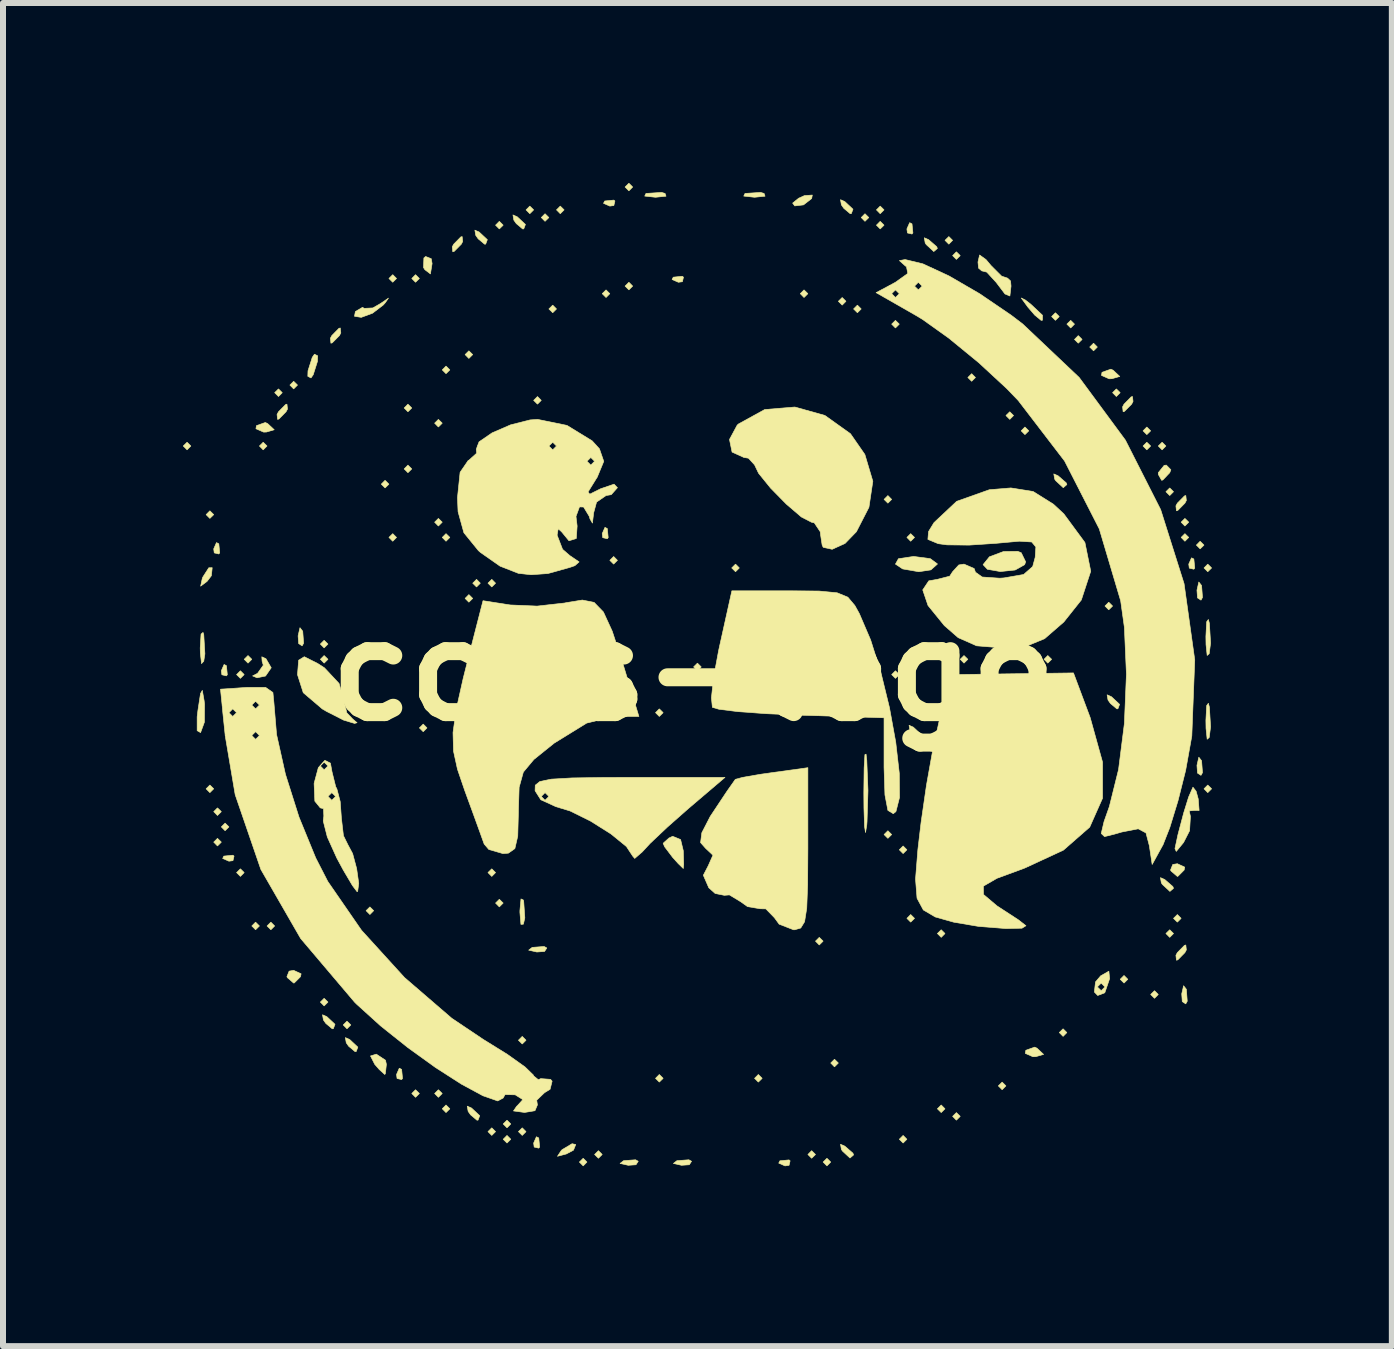
<source format=kicad_pcb>
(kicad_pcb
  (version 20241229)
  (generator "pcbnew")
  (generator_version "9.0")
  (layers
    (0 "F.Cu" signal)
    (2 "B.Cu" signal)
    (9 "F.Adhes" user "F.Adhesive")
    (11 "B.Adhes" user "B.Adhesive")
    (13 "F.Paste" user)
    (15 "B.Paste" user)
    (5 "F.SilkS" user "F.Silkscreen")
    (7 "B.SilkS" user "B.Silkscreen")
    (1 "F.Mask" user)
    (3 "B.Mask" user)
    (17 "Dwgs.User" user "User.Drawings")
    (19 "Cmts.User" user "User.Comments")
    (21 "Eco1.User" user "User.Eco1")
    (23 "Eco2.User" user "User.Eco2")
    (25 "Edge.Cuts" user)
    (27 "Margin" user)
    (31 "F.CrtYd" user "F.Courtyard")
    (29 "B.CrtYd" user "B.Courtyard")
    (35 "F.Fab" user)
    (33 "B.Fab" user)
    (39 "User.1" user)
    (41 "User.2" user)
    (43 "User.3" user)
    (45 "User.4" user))
  (footprint "cchs-logo"
    (layer "F.Cu")
    (at 8.514 8.133)
    (property "Reference" "cchs-logo" (at 0 0 0) (layer "F.SilkS") (effects (font (size 1.524 1.524) (thickness 0.3))))
    (attr through_hole)
    (fp_poly (pts (xy -8.382 -3.747) (xy -8.445 -3.683) (xy -8.509 -3.747) (xy -8.445 -3.81) (xy -8.382 -3.747)) (stroke (width 0.01) (type solid)) (fill yes) (layer "F.SilkS"))
    (fp_poly (pts (xy -8.001 -2.603) (xy -8.065 -2.54) (xy -8.128 -2.603) (xy -8.065 -2.667) (xy -8.001 -2.603)) (stroke (width 0.01) (type solid)) (fill yes) (layer "F.SilkS"))
    (fp_poly (pts (xy -8.001 1.968) (xy -8.065 2.032) (xy -8.128 1.968) (xy -8.065 1.905) (xy -8.001 1.968)) (stroke (width 0.01) (type solid)) (fill yes) (layer "F.SilkS"))
    (fp_poly (pts (xy -7.874 2.349) (xy -7.938 2.413) (xy -8.001 2.349) (xy -7.938 2.286) (xy -7.874 2.349)) (stroke (width 0.01) (type solid)) (fill yes) (layer "F.SilkS"))
    (fp_poly (pts (xy -7.874 2.857) (xy -7.938 2.921) (xy -8.001 2.857) (xy -7.938 2.794) (xy -7.874 2.857)) (stroke (width 0.01) (type solid)) (fill yes) (layer "F.SilkS"))
    (fp_poly (pts (xy -7.747 2.603) (xy -7.811 2.667) (xy -7.874 2.603) (xy -7.811 2.54) (xy -7.747 2.603)) (stroke (width 0.01) (type solid)) (fill yes) (layer "F.SilkS"))
    (fp_poly (pts (xy -7.493 0.064) (xy -7.556 0.127) (xy -7.62 0.064) (xy -7.556 0) (xy -7.493 0.064)) (stroke (width 0.01) (type solid)) (fill yes) (layer "F.SilkS"))
    (fp_poly (pts (xy -7.493 3.365) (xy -7.556 3.429) (xy -7.62 3.365) (xy -7.556 3.302) (xy -7.493 3.365)) (stroke (width 0.01) (type solid)) (fill yes) (layer "F.SilkS"))
    (fp_poly (pts (xy -7.366 -0.191) (xy -7.429 -0.127) (xy -7.493 -0.191) (xy -7.429 -0.254) (xy -7.366 -0.191)) (stroke (width 0.01) (type solid)) (fill yes) (layer "F.SilkS"))
    (fp_poly (pts (xy -7.239 4.255) (xy -7.303 4.318) (xy -7.366 4.255) (xy -7.303 4.191) (xy -7.239 4.255)) (stroke (width 0.01) (type solid)) (fill yes) (layer "F.SilkS"))
    (fp_poly (pts (xy -7.112 -3.747) (xy -7.176 -3.683) (xy -7.239 -3.747) (xy -7.176 -3.81) (xy -7.112 -3.747)) (stroke (width 0.01) (type solid)) (fill yes) (layer "F.SilkS"))
    (fp_poly (pts (xy -6.985 4.255) (xy -7.048 4.318) (xy -7.112 4.255) (xy -7.048 4.191) (xy -6.985 4.255)) (stroke (width 0.01) (type solid)) (fill yes) (layer "F.SilkS"))
    (fp_poly (pts (xy -6.858 -4.636) (xy -6.921 -4.572) (xy -6.985 -4.636) (xy -6.921 -4.699) (xy -6.858 -4.636)) (stroke (width 0.01) (type solid)) (fill yes) (layer "F.SilkS"))
    (fp_poly (pts (xy -6.604 -4.763) (xy -6.668 -4.699) (xy -6.731 -4.763) (xy -6.668 -4.826) (xy -6.604 -4.763)) (stroke (width 0.01) (type solid)) (fill yes) (layer "F.SilkS"))
    (fp_poly (pts (xy -6.096 -0.445) (xy -6.16 -0.381) (xy -6.223 -0.445) (xy -6.16 -0.508) (xy -6.096 -0.445)) (stroke (width 0.01) (type solid)) (fill yes) (layer "F.SilkS"))
    (fp_poly (pts (xy -6.096 -0.191) (xy -6.16 -0.127) (xy -6.223 -0.191) (xy -6.16 -0.254) (xy -6.096 -0.191)) (stroke (width 0.01) (type solid)) (fill yes) (layer "F.SilkS"))
    (fp_poly (pts (xy -6.096 5.524) (xy -6.16 5.588) (xy -6.223 5.524) (xy -6.16 5.461) (xy -6.096 5.524)) (stroke (width 0.01) (type solid)) (fill yes) (layer "F.SilkS"))
    (fp_poly (pts (xy -5.715 5.905) (xy -5.779 5.969) (xy -5.842 5.905) (xy -5.779 5.842) (xy -5.715 5.905)) (stroke (width 0.01) (type solid)) (fill yes) (layer "F.SilkS"))
    (fp_poly (pts (xy -5.334 4) (xy -5.397 4.064) (xy -5.461 4) (xy -5.397 3.937) (xy -5.334 4)) (stroke (width 0.01) (type solid)) (fill yes) (layer "F.SilkS"))
    (fp_poly (pts (xy -5.08 -3.111) (xy -5.144 -3.048) (xy -5.207 -3.111) (xy -5.144 -3.175) (xy -5.08 -3.111)) (stroke (width 0.01) (type solid)) (fill yes) (layer "F.SilkS"))
    (fp_poly (pts (xy -4.953 -6.54) (xy -5.016 -6.477) (xy -5.08 -6.54) (xy -5.016 -6.604) (xy -4.953 -6.54)) (stroke (width 0.01) (type solid)) (fill yes) (layer "F.SilkS"))
    (fp_poly (pts (xy -4.953 -2.223) (xy -5.016 -2.159) (xy -5.08 -2.223) (xy -5.016 -2.286) (xy -4.953 -2.223)) (stroke (width 0.01) (type solid)) (fill yes) (layer "F.SilkS"))
    (fp_poly (pts (xy -4.699 -4.381) (xy -4.763 -4.318) (xy -4.826 -4.381) (xy -4.763 -4.445) (xy -4.699 -4.381)) (stroke (width 0.01) (type solid)) (fill yes) (layer "F.SilkS"))
    (fp_poly (pts (xy -4.699 -3.365) (xy -4.763 -3.302) (xy -4.826 -3.365) (xy -4.763 -3.429) (xy -4.699 -3.365)) (stroke (width 0.01) (type solid)) (fill yes) (layer "F.SilkS"))
    (fp_poly (pts (xy -4.572 -6.54) (xy -4.636 -6.477) (xy -4.699 -6.54) (xy -4.636 -6.604) (xy -4.572 -6.54)) (stroke (width 0.01) (type solid)) (fill yes) (layer "F.SilkS"))
    (fp_poly (pts (xy -4.572 7.048) (xy -4.636 7.112) (xy -4.699 7.048) (xy -4.636 6.985) (xy -4.572 7.048)) (stroke (width 0.01) (type solid)) (fill yes) (layer "F.SilkS"))
    (fp_poly (pts (xy -4.445 0.953) (xy -4.508 1.016) (xy -4.572 0.953) (xy -4.508 0.889) (xy -4.445 0.953)) (stroke (width 0.01) (type solid)) (fill yes) (layer "F.SilkS"))
    (fp_poly (pts (xy -4.191 -4.128) (xy -4.255 -4.064) (xy -4.318 -4.128) (xy -4.255 -4.191) (xy -4.191 -4.128)) (stroke (width 0.01) (type solid)) (fill yes) (layer "F.SilkS"))
    (fp_poly (pts (xy -4.191 -2.477) (xy -4.255 -2.413) (xy -4.318 -2.477) (xy -4.255 -2.54) (xy -4.191 -2.477)) (stroke (width 0.01) (type solid)) (fill yes) (layer "F.SilkS"))
    (fp_poly (pts (xy -4.191 7.048) (xy -4.255 7.112) (xy -4.318 7.048) (xy -4.255 6.985) (xy -4.191 7.048)) (stroke (width 0.01) (type solid)) (fill yes) (layer "F.SilkS"))
    (fp_poly (pts (xy -4.064 -5.016) (xy -4.128 -4.953) (xy -4.191 -5.016) (xy -4.128 -5.08) (xy -4.064 -5.016)) (stroke (width 0.01) (type solid)) (fill yes) (layer "F.SilkS"))
    (fp_poly (pts (xy -4.064 -2.223) (xy -4.128 -2.159) (xy -4.191 -2.223) (xy -4.128 -2.286) (xy -4.064 -2.223)) (stroke (width 0.01) (type solid)) (fill yes) (layer "F.SilkS"))
    (fp_poly (pts (xy -4.064 7.303) (xy -4.128 7.366) (xy -4.191 7.303) (xy -4.128 7.239) (xy -4.064 7.303)) (stroke (width 0.01) (type solid)) (fill yes) (layer "F.SilkS"))
    (fp_poly (pts (xy -3.683 -5.271) (xy -3.747 -5.207) (xy -3.81 -5.271) (xy -3.747 -5.334) (xy -3.683 -5.271)) (stroke (width 0.01) (type solid)) (fill yes) (layer "F.SilkS"))
    (fp_poly (pts (xy -3.683 -1.206) (xy -3.747 -1.143) (xy -3.81 -1.206) (xy -3.747 -1.27) (xy -3.683 -1.206)) (stroke (width 0.01) (type solid)) (fill yes) (layer "F.SilkS"))
    (fp_poly (pts (xy -3.556 -1.46) (xy -3.619 -1.397) (xy -3.683 -1.46) (xy -3.619 -1.524) (xy -3.556 -1.46)) (stroke (width 0.01) (type solid)) (fill yes) (layer "F.SilkS"))
    (fp_poly (pts (xy -3.302 -1.46) (xy -3.365 -1.397) (xy -3.429 -1.46) (xy -3.365 -1.524) (xy -3.302 -1.46)) (stroke (width 0.01) (type solid)) (fill yes) (layer "F.SilkS"))
    (fp_poly (pts (xy -3.302 3.365) (xy -3.365 3.429) (xy -3.429 3.365) (xy -3.365 3.302) (xy -3.302 3.365)) (stroke (width 0.01) (type solid)) (fill yes) (layer "F.SilkS"))
    (fp_poly (pts (xy -3.302 7.684) (xy -3.365 7.747) (xy -3.429 7.684) (xy -3.365 7.62) (xy -3.302 7.684)) (stroke (width 0.01) (type solid)) (fill yes) (layer "F.SilkS"))
    (fp_poly (pts (xy -3.175 -7.429) (xy -3.239 -7.366) (xy -3.302 -7.429) (xy -3.239 -7.493) (xy -3.175 -7.429)) (stroke (width 0.01) (type solid)) (fill yes) (layer "F.SilkS"))
    (fp_poly (pts (xy -3.175 3.873) (xy -3.239 3.937) (xy -3.302 3.873) (xy -3.239 3.81) (xy -3.175 3.873)) (stroke (width 0.01) (type solid)) (fill yes) (layer "F.SilkS"))
    (fp_poly (pts (xy -3.048 7.556) (xy -3.111 7.62) (xy -3.175 7.556) (xy -3.111 7.493) (xy -3.048 7.556)) (stroke (width 0.01) (type solid)) (fill yes) (layer "F.SilkS"))
    (fp_poly (pts (xy -3.048 7.811) (xy -3.111 7.874) (xy -3.175 7.811) (xy -3.111 7.747) (xy -3.048 7.811)) (stroke (width 0.01) (type solid)) (fill yes) (layer "F.SilkS"))
    (fp_poly (pts (xy -2.794 6.16) (xy -2.857 6.223) (xy -2.921 6.16) (xy -2.857 6.096) (xy -2.794 6.16)) (stroke (width 0.01) (type solid)) (fill yes) (layer "F.SilkS"))
    (fp_poly (pts (xy -2.794 7.684) (xy -2.857 7.747) (xy -2.921 7.684) (xy -2.857 7.62) (xy -2.794 7.684)) (stroke (width 0.01) (type solid)) (fill yes) (layer "F.SilkS"))
    (fp_poly (pts (xy -2.667 -7.684) (xy -2.731 -7.62) (xy -2.794 -7.684) (xy -2.731 -7.747) (xy -2.667 -7.684)) (stroke (width 0.01) (type solid)) (fill yes) (layer "F.SilkS"))
    (fp_poly (pts (xy -2.54 -4.508) (xy -2.603 -4.445) (xy -2.667 -4.508) (xy -2.603 -4.572) (xy -2.54 -4.508)) (stroke (width 0.01) (type solid)) (fill yes) (layer "F.SilkS"))
    (fp_poly (pts (xy -2.413 -7.556) (xy -2.477 -7.493) (xy -2.54 -7.556) (xy -2.477 -7.62) (xy -2.413 -7.556)) (stroke (width 0.01) (type solid)) (fill yes) (layer "F.SilkS"))
    (fp_poly (pts (xy -2.286 -6.032) (xy -2.349 -5.969) (xy -2.413 -6.032) (xy -2.349 -6.096) (xy -2.286 -6.032)) (stroke (width 0.01) (type solid)) (fill yes) (layer "F.SilkS"))
    (fp_poly (pts (xy -2.159 -7.684) (xy -2.223 -7.62) (xy -2.286 -7.684) (xy -2.223 -7.747) (xy -2.159 -7.684)) (stroke (width 0.01) (type solid)) (fill yes) (layer "F.SilkS"))
    (fp_poly (pts (xy -1.778 8.191) (xy -1.841 8.255) (xy -1.905 8.191) (xy -1.841 8.128) (xy -1.778 8.191)) (stroke (width 0.01) (type solid)) (fill yes) (layer "F.SilkS"))
    (fp_poly (pts (xy -1.524 8.065) (xy -1.587 8.128) (xy -1.651 8.065) (xy -1.587 8.001) (xy -1.524 8.065)) (stroke (width 0.01) (type solid)) (fill yes) (layer "F.SilkS"))
    (fp_poly (pts (xy -1.397 -6.287) (xy -1.46 -6.223) (xy -1.524 -6.287) (xy -1.46 -6.35) (xy -1.397 -6.287)) (stroke (width 0.01) (type solid)) (fill yes) (layer "F.SilkS"))
    (fp_poly (pts (xy -1.27 -1.841) (xy -1.333 -1.778) (xy -1.397 -1.841) (xy -1.333 -1.905) (xy -1.27 -1.841)) (stroke (width 0.01) (type solid)) (fill yes) (layer "F.SilkS"))
    (fp_poly (pts (xy -1.016 -8.065) (xy -1.079 -8.001) (xy -1.143 -8.065) (xy -1.079 -8.128) (xy -1.016 -8.065)) (stroke (width 0.01) (type solid)) (fill yes) (layer "F.SilkS"))
    (fp_poly (pts (xy -1.016 -6.413) (xy -1.079 -6.35) (xy -1.143 -6.413) (xy -1.079 -6.477) (xy -1.016 -6.413)) (stroke (width 0.01) (type solid)) (fill yes) (layer "F.SilkS"))
    (fp_poly (pts (xy -0.508 0.699) (xy -0.572 0.762) (xy -0.635 0.699) (xy -0.572 0.635) (xy -0.508 0.699)) (stroke (width 0.01) (type solid)) (fill yes) (layer "F.SilkS"))
    (fp_poly (pts (xy -0.508 6.795) (xy -0.572 6.858) (xy -0.635 6.795) (xy -0.572 6.731) (xy -0.508 6.795)) (stroke (width 0.01) (type solid)) (fill yes) (layer "F.SilkS"))
    (fp_poly (pts (xy 0.127 -0.064) (xy 0.064 0) (xy 0 -0.064) (xy 0.064 -0.127) (xy 0.127 -0.064)) (stroke (width 0.01) (type solid)) (fill yes) (layer "F.SilkS"))
    (fp_poly (pts (xy 0.762 -1.714) (xy 0.699 -1.651) (xy 0.635 -1.714) (xy 0.699 -1.778) (xy 0.762 -1.714)) (stroke (width 0.01) (type solid)) (fill yes) (layer "F.SilkS"))
    (fp_poly (pts (xy 1.143 6.795) (xy 1.079 6.858) (xy 1.016 6.795) (xy 1.079 6.731) (xy 1.143 6.795)) (stroke (width 0.01) (type solid)) (fill yes) (layer "F.SilkS"))
    (fp_poly (pts (xy 1.905 -6.287) (xy 1.841 -6.223) (xy 1.778 -6.287) (xy 1.841 -6.35) (xy 1.905 -6.287)) (stroke (width 0.01) (type solid)) (fill yes) (layer "F.SilkS"))
    (fp_poly (pts (xy 2.032 8.065) (xy 1.968 8.128) (xy 1.905 8.065) (xy 1.968 8.001) (xy 2.032 8.065)) (stroke (width 0.01) (type solid)) (fill yes) (layer "F.SilkS"))
    (fp_poly (pts (xy 2.159 4.508) (xy 2.095 4.572) (xy 2.032 4.508) (xy 2.095 4.445) (xy 2.159 4.508)) (stroke (width 0.01) (type solid)) (fill yes) (layer "F.SilkS"))
    (fp_poly (pts (xy 2.286 8.191) (xy 2.223 8.255) (xy 2.159 8.191) (xy 2.223 8.128) (xy 2.286 8.191)) (stroke (width 0.01) (type solid)) (fill yes) (layer "F.SilkS"))
    (fp_poly (pts (xy 2.413 6.54) (xy 2.349 6.604) (xy 2.286 6.54) (xy 2.349 6.477) (xy 2.413 6.54)) (stroke (width 0.01) (type solid)) (fill yes) (layer "F.SilkS"))
    (fp_poly (pts (xy 2.54 -6.16) (xy 2.477 -6.096) (xy 2.413 -6.16) (xy 2.477 -6.223) (xy 2.54 -6.16)) (stroke (width 0.01) (type solid)) (fill yes) (layer "F.SilkS"))
    (fp_poly (pts (xy 2.794 -6.032) (xy 2.731 -5.969) (xy 2.667 -6.032) (xy 2.731 -6.096) (xy 2.794 -6.032)) (stroke (width 0.01) (type solid)) (fill yes) (layer "F.SilkS"))
    (fp_poly (pts (xy 2.921 -7.556) (xy 2.857 -7.493) (xy 2.794 -7.556) (xy 2.857 -7.62) (xy 2.921 -7.556)) (stroke (width 0.01) (type solid)) (fill yes) (layer "F.SilkS"))
    (fp_poly (pts (xy 3.175 -7.684) (xy 3.111 -7.62) (xy 3.048 -7.684) (xy 3.111 -7.747) (xy 3.175 -7.684)) (stroke (width 0.01) (type solid)) (fill yes) (layer "F.SilkS"))
    (fp_poly (pts (xy 3.175 -7.429) (xy 3.111 -7.366) (xy 3.048 -7.429) (xy 3.111 -7.493) (xy 3.175 -7.429)) (stroke (width 0.01) (type solid)) (fill yes) (layer "F.SilkS"))
    (fp_poly (pts (xy 3.302 -2.857) (xy 3.239 -2.794) (xy 3.175 -2.857) (xy 3.239 -2.921) (xy 3.302 -2.857)) (stroke (width 0.01) (type solid)) (fill yes) (layer "F.SilkS"))
    (fp_poly (pts (xy 3.302 2.731) (xy 3.239 2.794) (xy 3.175 2.731) (xy 3.239 2.667) (xy 3.302 2.731)) (stroke (width 0.01) (type solid)) (fill yes) (layer "F.SilkS"))
    (fp_poly (pts (xy 3.429 -5.779) (xy 3.365 -5.715) (xy 3.302 -5.779) (xy 3.365 -5.842) (xy 3.429 -5.779)) (stroke (width 0.01) (type solid)) (fill yes) (layer "F.SilkS"))
    (fp_poly (pts (xy 3.429 0.064) (xy 3.365 0.127) (xy 3.302 0.064) (xy 3.365 0) (xy 3.429 0.064)) (stroke (width 0.01) (type solid)) (fill yes) (layer "F.SilkS"))
    (fp_poly (pts (xy 3.556 2.985) (xy 3.493 3.048) (xy 3.429 2.985) (xy 3.493 2.921) (xy 3.556 2.985)) (stroke (width 0.01) (type solid)) (fill yes) (layer "F.SilkS"))
    (fp_poly (pts (xy 3.556 7.811) (xy 3.493 7.874) (xy 3.429 7.811) (xy 3.493 7.747) (xy 3.556 7.811)) (stroke (width 0.01) (type solid)) (fill yes) (layer "F.SilkS"))
    (fp_poly (pts (xy 3.683 -2.223) (xy 3.619 -2.159) (xy 3.556 -2.223) (xy 3.619 -2.286) (xy 3.683 -2.223)) (stroke (width 0.01) (type solid)) (fill yes) (layer "F.SilkS"))
    (fp_poly (pts (xy 3.683 4.128) (xy 3.619 4.191) (xy 3.556 4.128) (xy 3.619 4.064) (xy 3.683 4.128)) (stroke (width 0.01) (type solid)) (fill yes) (layer "F.SilkS"))
    (fp_poly (pts (xy 3.937 0.699) (xy 3.873 0.762) (xy 3.81 0.699) (xy 3.873 0.635) (xy 3.937 0.699)) (stroke (width 0.01) (type solid)) (fill yes) (layer "F.SilkS"))
    (fp_poly (pts (xy 4.191 4.381) (xy 4.128 4.445) (xy 4.064 4.381) (xy 4.128 4.318) (xy 4.191 4.381)) (stroke (width 0.01) (type solid)) (fill yes) (layer "F.SilkS"))
    (fp_poly (pts (xy 4.191 7.303) (xy 4.128 7.366) (xy 4.064 7.303) (xy 4.128 7.239) (xy 4.191 7.303)) (stroke (width 0.01) (type solid)) (fill yes) (layer "F.SilkS"))
    (fp_poly (pts (xy 4.318 -7.176) (xy 4.255 -7.112) (xy 4.191 -7.176) (xy 4.255 -7.239) (xy 4.318 -7.176)) (stroke (width 0.01) (type solid)) (fill yes) (layer "F.SilkS"))
    (fp_poly (pts (xy 4.445 -6.921) (xy 4.381 -6.858) (xy 4.318 -6.921) (xy 4.381 -6.985) (xy 4.445 -6.921)) (stroke (width 0.01) (type solid)) (fill yes) (layer "F.SilkS"))
    (fp_poly (pts (xy 4.445 7.429) (xy 4.381 7.493) (xy 4.318 7.429) (xy 4.381 7.366) (xy 4.445 7.429)) (stroke (width 0.01) (type solid)) (fill yes) (layer "F.SilkS"))
    (fp_poly (pts (xy 4.572 -0.191) (xy 4.508 -0.127) (xy 4.445 -0.191) (xy 4.508 -0.254) (xy 4.572 -0.191)) (stroke (width 0.01) (type solid)) (fill yes) (layer "F.SilkS"))
    (fp_poly (pts (xy 4.699 -4.889) (xy 4.636 -4.826) (xy 4.572 -4.889) (xy 4.636 -4.953) (xy 4.699 -4.889)) (stroke (width 0.01) (type solid)) (fill yes) (layer "F.SilkS"))
    (fp_poly (pts (xy 5.207 6.921) (xy 5.144 6.985) (xy 5.08 6.921) (xy 5.144 6.858) (xy 5.207 6.921)) (stroke (width 0.01) (type solid)) (fill yes) (layer "F.SilkS"))
    (fp_poly (pts (xy 5.334 -4.255) (xy 5.271 -4.191) (xy 5.207 -4.255) (xy 5.271 -4.318) (xy 5.334 -4.255)) (stroke (width 0.01) (type solid)) (fill yes) (layer "F.SilkS"))
    (fp_poly (pts (xy 5.588 -4) (xy 5.524 -3.937) (xy 5.461 -4) (xy 5.524 -4.064) (xy 5.588 -4)) (stroke (width 0.01) (type solid)) (fill yes) (layer "F.SilkS"))
    (fp_poly (pts (xy 5.969 -0.191) (xy 5.905 -0.127) (xy 5.842 -0.191) (xy 5.905 -0.254) (xy 5.969 -0.191)) (stroke (width 0.01) (type solid)) (fill yes) (layer "F.SilkS"))
    (fp_poly (pts (xy 6.096 -5.905) (xy 6.032 -5.842) (xy 5.969 -5.905) (xy 6.032 -5.969) (xy 6.096 -5.905)) (stroke (width 0.01) (type solid)) (fill yes) (layer "F.SilkS"))
    (fp_poly (pts (xy 6.223 6.032) (xy 6.16 6.096) (xy 6.096 6.032) (xy 6.16 5.969) (xy 6.223 6.032)) (stroke (width 0.01) (type solid)) (fill yes) (layer "F.SilkS"))
    (fp_poly (pts (xy 6.35 -5.779) (xy 6.287 -5.715) (xy 6.223 -5.779) (xy 6.287 -5.842) (xy 6.35 -5.779)) (stroke (width 0.01) (type solid)) (fill yes) (layer "F.SilkS"))
    (fp_poly (pts (xy 6.477 -5.524) (xy 6.413 -5.461) (xy 6.35 -5.524) (xy 6.413 -5.588) (xy 6.477 -5.524)) (stroke (width 0.01) (type solid)) (fill yes) (layer "F.SilkS"))
    (fp_poly (pts (xy 6.731 -5.397) (xy 6.668 -5.334) (xy 6.604 -5.397) (xy 6.668 -5.461) (xy 6.731 -5.397)) (stroke (width 0.01) (type solid)) (fill yes) (layer "F.SilkS"))
    (fp_poly (pts (xy 6.985 -1.079) (xy 6.921 -1.016) (xy 6.858 -1.079) (xy 6.921 -1.143) (xy 6.985 -1.079)) (stroke (width 0.01) (type solid)) (fill yes) (layer "F.SilkS"))
    (fp_poly (pts (xy 7.112 -4.636) (xy 7.048 -4.572) (xy 6.985 -4.636) (xy 7.048 -4.699) (xy 7.112 -4.636)) (stroke (width 0.01) (type solid)) (fill yes) (layer "F.SilkS"))
    (fp_poly (pts (xy 7.239 5.144) (xy 7.176 5.207) (xy 7.112 5.144) (xy 7.176 5.08) (xy 7.239 5.144)) (stroke (width 0.01) (type solid)) (fill yes) (layer "F.SilkS"))
    (fp_poly (pts (xy 7.62 -4) (xy 7.556 -3.937) (xy 7.493 -4) (xy 7.556 -4.064) (xy 7.62 -4)) (stroke (width 0.01) (type solid)) (fill yes) (layer "F.SilkS"))
    (fp_poly (pts (xy 7.62 -3.747) (xy 7.556 -3.683) (xy 7.493 -3.747) (xy 7.556 -3.81) (xy 7.62 -3.747)) (stroke (width 0.01) (type solid)) (fill yes) (layer "F.SilkS"))
    (fp_poly (pts (xy 7.747 5.397) (xy 7.684 5.461) (xy 7.62 5.397) (xy 7.684 5.334) (xy 7.747 5.397)) (stroke (width 0.01) (type solid)) (fill yes) (layer "F.SilkS"))
    (fp_poly (pts (xy 7.874 -3.747) (xy 7.811 -3.683) (xy 7.747 -3.747) (xy 7.811 -3.81) (xy 7.874 -3.747)) (stroke (width 0.01) (type solid)) (fill yes) (layer "F.SilkS"))
    (fp_poly (pts (xy 8.001 -2.985) (xy 7.938 -2.921) (xy 7.874 -2.985) (xy 7.938 -3.048) (xy 8.001 -2.985)) (stroke (width 0.01) (type solid)) (fill yes) (layer "F.SilkS"))
    (fp_poly (pts (xy 8.001 4.381) (xy 7.938 4.445) (xy 7.874 4.381) (xy 7.938 4.318) (xy 8.001 4.381)) (stroke (width 0.01) (type solid)) (fill yes) (layer "F.SilkS"))
    (fp_poly (pts (xy 8.128 4.128) (xy 8.065 4.191) (xy 8.001 4.128) (xy 8.065 4.064) (xy 8.128 4.128)) (stroke (width 0.01) (type solid)) (fill yes) (layer "F.SilkS"))
    (fp_poly (pts (xy 8.255 -2.477) (xy 8.191 -2.413) (xy 8.128 -2.477) (xy 8.191 -2.54) (xy 8.255 -2.477)) (stroke (width 0.01) (type solid)) (fill yes) (layer "F.SilkS"))
    (fp_poly (pts (xy 8.255 -2.223) (xy 8.191 -2.159) (xy 8.128 -2.223) (xy 8.191 -2.286) (xy 8.255 -2.223)) (stroke (width 0.01) (type solid)) (fill yes) (layer "F.SilkS"))
    (fp_poly (pts (xy 8.509 -2.095) (xy 8.445 -2.032) (xy 8.382 -2.095) (xy 8.445 -2.159) (xy 8.509 -2.095)) (stroke (width 0.01) (type solid)) (fill yes) (layer "F.SilkS"))
    (fp_poly (pts (xy 8.636 -1.714) (xy 8.572 -1.651) (xy 8.509 -1.714) (xy 8.572 -1.778) (xy 8.636 -1.714)) (stroke (width 0.01) (type solid)) (fill yes) (layer "F.SilkS"))
    (fp_poly (pts (xy 8.636 1.968) (xy 8.572 2.032) (xy 8.509 1.968) (xy 8.572 1.905) (xy 8.636 1.968)) (stroke (width 0.01) (type solid)) (fill yes) (layer "F.SilkS"))
    (fp_poly (pts (xy -7.916 -2.117) (xy -7.901 -1.966) (xy -7.916 -1.947) (xy -7.992 -1.965) (xy -8.001 -2.032) (xy -7.955 -2.137) (xy -7.916 -2.117)) (stroke (width 0.01) (type solid)) (fill yes) (layer "F.SilkS"))
    (fp_poly (pts (xy -7.789 -0.085) (xy -7.774 0.066) (xy -7.789 0.085) (xy -7.865 0.067) (xy -7.874 0) (xy -7.828 -0.105) (xy -7.789 -0.085)) (stroke (width 0.01) (type solid)) (fill yes) (layer "F.SilkS"))
    (fp_poly (pts (xy -7.662 3.09) (xy -7.68 3.166) (xy -7.747 3.175) (xy -7.852 3.129) (xy -7.832 3.09) (xy -7.681 3.075) (xy -7.662 3.09)) (stroke (width 0.01) (type solid)) (fill yes) (layer "F.SilkS"))
    (fp_poly (pts (xy -6.517 -0.659) (xy -6.502 -0.46) (xy -6.527 -0.415) (xy -6.585 -0.453) (xy -6.594 -0.582) (xy -6.563 -0.718) (xy -6.517 -0.659)) (stroke (width 0.01) (type solid)) (fill yes) (layer "F.SilkS"))
    (fp_poly (pts (xy -4.868 6.646) (xy -4.853 6.797) (xy -4.868 6.816) (xy -4.944 6.798) (xy -4.953 6.731) (xy -4.907 6.626) (xy -4.868 6.646)) (stroke (width 0.01) (type solid)) (fill yes) (layer "F.SilkS"))
    (fp_poly (pts (xy -2.582 7.789) (xy -2.567 7.94) (xy -2.582 7.959) (xy -2.658 7.941) (xy -2.667 7.874) (xy -2.621 7.769) (xy -2.582 7.789)) (stroke (width 0.01) (type solid)) (fill yes) (layer "F.SilkS"))
    (fp_poly (pts (xy -2.447 4.622) (xy -2.485 4.68) (xy -2.614 4.689) (xy -2.75 4.658) (xy -2.691 4.612) (xy -2.492 4.597) (xy -2.447 4.622)) (stroke (width 0.01) (type solid)) (fill yes) (layer "F.SilkS"))
    (fp_poly (pts (xy -1.439 -2.371) (xy -1.424 -2.22) (xy -1.439 -2.201) (xy -1.515 -2.219) (xy -1.524 -2.286) (xy -1.478 -2.391) (xy -1.439 -2.371)) (stroke (width 0.01) (type solid)) (fill yes) (layer "F.SilkS"))
    (fp_poly (pts (xy -1.312 -7.832) (xy -1.33 -7.756) (xy -1.397 -7.747) (xy -1.502 -7.793) (xy -1.482 -7.832) (xy -1.331 -7.847) (xy -1.312 -7.832)) (stroke (width 0.01) (type solid)) (fill yes) (layer "F.SilkS"))
    (fp_poly (pts (xy -0.923 8.178) (xy -0.961 8.236) (xy -1.09 8.245) (xy -1.226 8.214) (xy -1.167 8.168) (xy -0.968 8.153) (xy -0.923 8.178)) (stroke (width 0.01) (type solid)) (fill yes) (layer "F.SilkS"))
    (fp_poly (pts (xy -0.476 -7.958) (xy -0.46 -7.912) (xy -0.635 -7.894) (xy -0.815 -7.914) (xy -0.794 -7.958) (xy -0.534 -7.975) (xy -0.476 -7.958)) (stroke (width 0.01) (type solid)) (fill yes) (layer "F.SilkS"))
    (fp_poly (pts (xy -0.169 -6.562) (xy -0.187 -6.486) (xy -0.254 -6.477) (xy -0.359 -6.523) (xy -0.339 -6.562) (xy -0.188 -6.577) (xy -0.169 -6.562)) (stroke (width 0.01) (type solid)) (fill yes) (layer "F.SilkS"))
    (fp_poly (pts (xy -0.034 8.178) (xy -0.072 8.236) (xy -0.201 8.245) (xy -0.337 8.214) (xy -0.278 8.168) (xy -0.079 8.153) (xy -0.034 8.178)) (stroke (width 0.01) (type solid)) (fill yes) (layer "F.SilkS"))
    (fp_poly (pts (xy 1.175 -7.958) (xy 1.191 -7.912) (xy 1.016 -7.894) (xy 0.836 -7.914) (xy 0.857 -7.958) (xy 1.117 -7.975) (xy 1.175 -7.958)) (stroke (width 0.01) (type solid)) (fill yes) (layer "F.SilkS"))
    (fp_poly (pts (xy 1.609 8.17) (xy 1.591 8.246) (xy 1.524 8.255) (xy 1.419 8.209) (xy 1.439 8.17) (xy 1.59 8.155) (xy 1.609 8.17)) (stroke (width 0.01) (type solid)) (fill yes) (layer "F.SilkS"))
    (fp_poly (pts (xy 3.641 -7.451) (xy 3.656 -7.3) (xy 3.641 -7.281) (xy 3.565 -7.299) (xy 3.556 -7.366) (xy 3.602 -7.471) (xy 3.641 -7.451)) (stroke (width 0.01) (type solid)) (fill yes) (layer "F.SilkS"))
    (fp_poly (pts (xy 8.215 5.31) (xy 8.23 5.509) (xy 8.205 5.554) (xy 8.147 5.516) (xy 8.138 5.387) (xy 8.169 5.251) (xy 8.215 5.31)) (stroke (width 0.01) (type solid)) (fill yes) (layer "F.SilkS"))
    (fp_poly (pts (xy 8.34 -1.863) (xy 8.355 -1.712) (xy 8.34 -1.693) (xy 8.264 -1.711) (xy 8.255 -1.778) (xy 8.301 -1.883) (xy 8.34 -1.863)) (stroke (width 0.01) (type solid)) (fill yes) (layer "F.SilkS"))
    (fp_poly (pts (xy 8.469 -1.421) (xy 8.484 -1.222) (xy 8.459 -1.177) (xy 8.401 -1.215) (xy 8.392 -1.344) (xy 8.423 -1.48) (xy 8.469 -1.421)) (stroke (width 0.01) (type solid)) (fill yes) (layer "F.SilkS"))
    (fp_poly (pts (xy 8.469 1.5) (xy 8.484 1.699) (xy 8.459 1.744) (xy 8.401 1.706) (xy 8.392 1.577) (xy 8.423 1.441) (xy 8.469 1.5)) (stroke (width 0.01) (type solid)) (fill yes) (layer "F.SilkS"))
    (fp_poly (pts (xy -8.04 -1.584) (xy -8.112 -1.49) (xy -8.219 -1.41) (xy -8.192 -1.537) (xy -8.183 -1.561) (xy -8.083 -1.717) (xy -8.026 -1.718) (xy -8.04 -1.584)) (stroke (width 0.01) (type solid)) (fill yes) (layer "F.SilkS"))
    (fp_poly (pts (xy -7.103 -4.122) (xy -6.992 -4.018) (xy -7.123 -3.98) (xy -7.17 -3.979) (xy -7.297 -4.035) (xy -7.288 -4.087) (xy -7.141 -4.139) (xy -7.103 -4.122)) (stroke (width 0.01) (type solid)) (fill yes) (layer "F.SilkS"))
    (fp_poly (pts (xy -6.116 5.766) (xy -5.979 5.894) (xy -6.007 5.968) (xy -6.025 5.969) (xy -6.132 5.879) (xy -6.172 5.822) (xy -6.187 5.735) (xy -6.116 5.766)) (stroke (width 0.01) (type solid)) (fill yes) (layer "F.SilkS"))
    (fp_poly (pts (xy -5.735 6.147) (xy -5.598 6.275) (xy -5.626 6.349) (xy -5.644 6.35) (xy -5.751 6.26) (xy -5.791 6.203) (xy -5.806 6.116) (xy -5.735 6.147)) (stroke (width 0.01) (type solid)) (fill yes) (layer "F.SilkS"))
    (fp_poly (pts (xy -4.374 -6.87) (xy -4.36 -6.789) (xy -4.388 -6.616) (xy -4.48 -6.686) (xy -4.503 -6.722) (xy -4.497 -6.882) (xy -4.468 -6.907) (xy -4.374 -6.87)) (stroke (width 0.01) (type solid)) (fill yes) (layer "F.SilkS"))
    (fp_poly (pts (xy -3.703 7.29) (xy -3.566 7.418) (xy -3.594 7.492) (xy -3.612 7.493) (xy -3.719 7.403) (xy -3.759 7.346) (xy -3.774 7.259) (xy -3.703 7.29)) (stroke (width 0.01) (type solid)) (fill yes) (layer "F.SilkS"))
    (fp_poly (pts (xy -3.576 -7.315) (xy -3.439 -7.187) (xy -3.467 -7.113) (xy -3.485 -7.112) (xy -3.592 -7.202) (xy -3.632 -7.259) (xy -3.647 -7.346) (xy -3.576 -7.315)) (stroke (width 0.01) (type solid)) (fill yes) (layer "F.SilkS"))
    (fp_poly (pts (xy -2.941 -7.569) (xy -2.804 -7.441) (xy -2.832 -7.367) (xy -2.85 -7.366) (xy -2.957 -7.456) (xy -2.997 -7.513) (xy -3.012 -7.6) (xy -2.941 -7.569)) (stroke (width 0.01) (type solid)) (fill yes) (layer "F.SilkS"))
    (fp_poly (pts (xy -1.965 7.899) (xy -2.003 7.993) (xy -2.122 8.056) (xy -2.27 8.095) (xy -2.209 8.002) (xy -2.193 7.985) (xy -2.026 7.885) (xy -1.965 7.899)) (stroke (width 0.01) (type solid)) (fill yes) (layer "F.SilkS"))
    (fp_poly (pts (xy 1.968 -7.873) (xy 1.832 -7.767) (xy 1.686 -7.75) (xy 1.651 -7.797) (xy 1.751 -7.878) (xy 1.848 -7.922) (xy 1.979 -7.931) (xy 1.968 -7.873)) (stroke (width 0.01) (type solid)) (fill yes) (layer "F.SilkS"))
    (fp_poly (pts (xy 2.52 -7.823) (xy 2.657 -7.695) (xy 2.629 -7.621) (xy 2.611 -7.62) (xy 2.504 -7.71) (xy 2.464 -7.767) (xy 2.449 -7.854) (xy 2.52 -7.823)) (stroke (width 0.01) (type solid)) (fill yes) (layer "F.SilkS"))
    (fp_poly (pts (xy 2.52 7.925) (xy 2.656 8.043) (xy 2.667 8.072) (xy 2.607 8.124) (xy 2.481 8.007) (xy 2.464 7.981) (xy 2.449 7.894) (xy 2.52 7.925)) (stroke (width 0.01) (type solid)) (fill yes) (layer "F.SilkS"))
    (fp_poly (pts (xy 3.663 0.94) (xy 3.8 1.068) (xy 3.772 1.142) (xy 3.754 1.143) (xy 3.647 1.053) (xy 3.607 0.996) (xy 3.592 0.909) (xy 3.663 0.94)) (stroke (width 0.01) (type solid)) (fill yes) (layer "F.SilkS"))
    (fp_poly (pts (xy 3.917 -7.188) (xy 4.053 -7.07) (xy 4.064 -7.041) (xy 4.004 -6.989) (xy 3.878 -7.106) (xy 3.861 -7.132) (xy 3.846 -7.219) (xy 3.917 -7.188)) (stroke (width 0.01) (type solid)) (fill yes) (layer "F.SilkS"))
    (fp_poly (pts (xy 5.724 6.292) (xy 5.835 6.396) (xy 5.704 6.434) (xy 5.657 6.435) (xy 5.53 6.379) (xy 5.539 6.327) (xy 5.686 6.275) (xy 5.724 6.292)) (stroke (width 0.01) (type solid)) (fill yes) (layer "F.SilkS"))
    (fp_poly (pts (xy 6.076 -3.251) (xy 6.212 -3.133) (xy 6.223 -3.104) (xy 6.163 -3.052) (xy 6.037 -3.169) (xy 6.02 -3.195) (xy 6.005 -3.282) (xy 6.076 -3.251)) (stroke (width 0.01) (type solid)) (fill yes) (layer "F.SilkS"))
    (fp_poly (pts (xy 6.965 0.432) (xy 7.102 0.56) (xy 7.074 0.634) (xy 7.056 0.635) (xy 6.949 0.545) (xy 6.909 0.488) (xy 6.894 0.401) (xy 6.965 0.432)) (stroke (width 0.01) (type solid)) (fill yes) (layer "F.SilkS"))
    (fp_poly (pts (xy 6.994 -5.011) (xy 7.105 -4.907) (xy 6.974 -4.869) (xy 6.927 -4.868) (xy 6.8 -4.924) (xy 6.809 -4.976) (xy 6.956 -5.028) (xy 6.994 -5.011)) (stroke (width 0.01) (type solid)) (fill yes) (layer "F.SilkS"))
    (fp_poly (pts (xy 7.854 3.48) (xy 7.99 3.598) (xy 8.001 3.627) (xy 7.941 3.679) (xy 7.815 3.562) (xy 7.798 3.536) (xy 7.783 3.449) (xy 7.854 3.48)) (stroke (width 0.01) (type solid)) (fill yes) (layer "F.SilkS"))
    (fp_poly (pts (xy -8.167 -0.603) (xy -8.148 -0.281) (xy -8.167 -0.159) (xy -8.204 -0.119) (xy -8.224 -0.295) (xy -8.226 -0.381) (xy -8.212 -0.612) (xy -8.179 -0.639) (xy -8.167 -0.603)) (stroke (width 0.01) (type solid)) (fill yes) (layer "F.SilkS"))
    (fp_poly (pts (xy -6.771 -4.363) (xy -6.795 -4.318) (xy -6.914 -4.197) (xy -6.936 -4.191) (xy -6.945 -4.273) (xy -6.921 -4.318) (xy -6.802 -4.439) (xy -6.78 -4.445) (xy -6.771 -4.363)) (stroke (width 0.01) (type solid)) (fill yes) (layer "F.SilkS"))
    (fp_poly (pts (xy -6.544 5.052) (xy -6.554 5.101) (xy -6.658 5.205) (xy -6.668 5.207) (xy -6.769 5.12) (xy -6.781 5.101) (xy -6.744 5.008) (xy -6.668 4.995) (xy -6.544 5.052)) (stroke (width 0.01) (type solid)) (fill yes) (layer "F.SilkS"))
    (fp_poly (pts (xy -6.268 -5.251) (xy -6.271 -5.159) (xy -6.342 -4.935) (xy -6.379 -4.882) (xy -6.432 -4.909) (xy -6.429 -5.001) (xy -6.358 -5.225) (xy -6.321 -5.278) (xy -6.268 -5.251)) (stroke (width 0.01) (type solid)) (fill yes) (layer "F.SilkS"))
    (fp_poly (pts (xy -5.882 -5.633) (xy -5.905 -5.588) (xy -6.025 -5.467) (xy -6.047 -5.461) (xy -6.056 -5.543) (xy -6.032 -5.588) (xy -5.913 -5.709) (xy -5.891 -5.715) (xy -5.882 -5.633)) (stroke (width 0.01) (type solid)) (fill yes) (layer "F.SilkS"))
    (fp_poly (pts (xy -5.137 6.493) (xy -5.122 6.562) (xy -5.139 6.717) (xy -5.149 6.731) (xy -5.24 6.649) (xy -5.316 6.562) (xy -5.387 6.422) (xy -5.29 6.392) (xy -5.137 6.493)) (stroke (width 0.01) (type solid)) (fill yes) (layer "F.SilkS"))
    (fp_poly (pts (xy -3.85 -7.157) (xy -3.873 -7.112) (xy -3.993 -6.991) (xy -4.015 -6.985) (xy -4.024 -7.067) (xy -4 -7.112) (xy -3.881 -7.233) (xy -3.859 -7.239) (xy -3.85 -7.157)) (stroke (width 0.01) (type solid)) (fill yes) (layer "F.SilkS"))
    (fp_poly (pts (xy -2.839 3.822) (xy -2.833 3.844) (xy -2.814 4.121) (xy -2.838 4.225) (xy -2.879 4.229) (xy -2.896 4.031) (xy -2.896 4) (xy -2.878 3.804) (xy -2.839 3.822)) (stroke (width 0.01) (type solid)) (fill yes) (layer "F.SilkS"))
    (fp_poly (pts (xy 5.528 -6.183) (xy 5.62 -6.112) (xy 5.817 -5.927) (xy 5.816 -5.844) (xy 5.794 -5.842) (xy 5.688 -5.929) (xy 5.572 -6.064) (xy 5.462 -6.215) (xy 5.528 -6.183)) (stroke (width 0.01) (type solid)) (fill yes) (layer "F.SilkS"))
    (fp_poly (pts (xy 7.326 -4.49) (xy 7.303 -4.445) (xy 7.183 -4.324) (xy 7.161 -4.318) (xy 7.152 -4.4) (xy 7.176 -4.445) (xy 7.295 -4.566) (xy 7.317 -4.572) (xy 7.326 -4.49)) (stroke (width 0.01) (type solid)) (fill yes) (layer "F.SilkS"))
    (fp_poly (pts (xy 7.957 -3.351) (xy 7.938 -3.302) (xy 7.823 -3.181) (xy 7.803 -3.175) (xy 7.748 -3.273) (xy 7.747 -3.302) (xy 7.845 -3.424) (xy 7.881 -3.429) (xy 7.957 -3.351)) (stroke (width 0.01) (type solid)) (fill yes) (layer "F.SilkS"))
    (fp_poly (pts (xy 8.188 3.274) (xy 8.178 3.323) (xy 8.074 3.427) (xy 8.065 3.429) (xy 7.963 3.342) (xy 7.951 3.323) (xy 7.988 3.23) (xy 8.065 3.217) (xy 8.188 3.274)) (stroke (width 0.01) (type solid)) (fill yes) (layer "F.SilkS"))
    (fp_poly (pts (xy 8.215 -2.839) (xy 8.191 -2.794) (xy 8.072 -2.673) (xy 8.05 -2.667) (xy 8.041 -2.749) (xy 8.065 -2.794) (xy 8.184 -2.915) (xy 8.206 -2.921) (xy 8.215 -2.839)) (stroke (width 0.01) (type solid)) (fill yes) (layer "F.SilkS"))
    (fp_poly (pts (xy 8.215 4.654) (xy 8.191 4.699) (xy 8.072 4.82) (xy 8.05 4.826) (xy 8.041 4.744) (xy 8.065 4.699) (xy 8.184 4.578) (xy 8.206 4.572) (xy 8.215 4.654)) (stroke (width 0.01) (type solid)) (fill yes) (layer "F.SilkS"))
    (fp_poly (pts (xy 8.599 -0.792) (xy 8.619 -0.461) (xy 8.596 -0.284) (xy 8.562 -0.255) (xy 8.543 -0.437) (xy 8.541 -0.572) (xy 8.554 -0.817) (xy 8.582 -0.855) (xy 8.599 -0.792)) (stroke (width 0.01) (type solid)) (fill yes) (layer "F.SilkS"))
    (fp_poly (pts (xy 8.599 0.605) (xy 8.619 0.936) (xy 8.596 1.113) (xy 8.562 1.142) (xy 8.543 0.96) (xy 8.541 0.826) (xy 8.554 0.58) (xy 8.582 0.542) (xy 8.599 0.605)) (stroke (width 0.01) (type solid)) (fill yes) (layer "F.SilkS"))
    (fp_poly (pts (xy -8.161 0.497) (xy -8.154 0.555) (xy -8.156 0.856) (xy -8.22 1.031) (xy -8.277 0.999) (xy -8.277 0.767) (xy -8.265 0.667) (xy -8.221 0.379) (xy -8.191 0.327) (xy -8.161 0.497)) (stroke (width 0.01) (type solid)) (fill yes) (layer "F.SilkS"))
    (fp_poly (pts (xy -7.13 -0.201) (xy -7.042 -0.05) (xy -7.137 0.088) (xy -7.278 0.117) (xy -7.353 0.086) (xy -7.27 0.043) (xy -7.174 -0.093) (xy -7.194 -0.157) (xy -7.199 -0.233) (xy -7.13 -0.201)) (stroke (width 0.01) (type solid)) (fill yes) (layer "F.SilkS"))
    (fp_poly (pts (xy -0.217 2.814) (xy -0.172 3.001) (xy -0.165 3.23) (xy -0.172 3.297) (xy -0.259 3.212) (xy -0.349 3.112) (xy -0.483 2.935) (xy -0.508 2.876) (xy -0.41 2.788) (xy -0.349 2.76) (xy -0.217 2.814)) (stroke (width 0.01) (type solid)) (fill yes) (layer "F.SilkS"))
    (fp_poly (pts (xy 3.946 -1.869) (xy 4.064 -1.782) (xy 4.064 -1.778) (xy 3.956 -1.682) (xy 3.754 -1.651) (xy 3.485 -1.698) (xy 3.365 -1.778) (xy 3.415 -1.868) (xy 3.662 -1.905) (xy 3.676 -1.905) (xy 3.946 -1.869)) (stroke (width 0.01) (type solid)) (fill yes) (layer "F.SilkS"))
    (fp_poly (pts (xy 5.462 -1.968) (xy 5.536 -1.816) (xy 5.519 -1.769) (xy 5.361 -1.68) (xy 5.114 -1.654) (xy 4.898 -1.692) (xy 4.826 -1.769) (xy 4.932 -1.9) (xy 5.167 -1.988) (xy 5.404 -1.991) (xy 5.462 -1.968)) (stroke (width 0.01) (type solid)) (fill yes) (layer "F.SilkS"))
    (fp_poly (pts (xy -5.14 -6.136) (xy -5.174 -6.098) (xy -5.353 -5.961) (xy -5.541 -5.892) (xy -5.654 -5.91) (xy -5.639 -5.989) (xy -5.52 -6.059) (xy -5.492 -6.042) (xy -5.348 -6.049) (xy -5.219 -6.123) (xy -5.087 -6.213) (xy -5.14 -6.136)) (stroke (width 0.01) (type solid)) (fill yes) (layer "F.SilkS"))
    (fp_poly (pts (xy 2.887 1.492) (xy 2.907 1.998) (xy 2.891 2.518) (xy 2.887 2.572) (xy 2.866 2.698) (xy 2.85 2.596) (xy 2.84 2.289) (xy 2.838 2.032) (xy 2.843 1.62) (xy 2.856 1.398) (xy 2.875 1.39) (xy 2.887 1.492)) (stroke (width 0.01) (type solid)) (fill yes) (layer "F.SilkS"))
    (fp_poly (pts (xy 4.875 -6.855) (xy 4.958 -6.756) (xy 5.135 -6.579) (xy 5.234 -6.546) (xy 5.284 -6.499) (xy 5.292 -6.413) (xy 5.273 -6.248) (xy 5.191 -6.282) (xy 5.044 -6.476) (xy 4.888 -6.646) (xy 4.804 -6.667) (xy 4.751 -6.712) (xy 4.741 -6.814) (xy 4.768 -6.932) (xy 4.875 -6.855)) (stroke (width 0.01) (type solid)) (fill yes) (layer "F.SilkS"))
    (fp_poly (pts (xy 6.936 5.133) (xy 6.855 5.369) (xy 6.737 5.414) (xy 6.682 5.357) (xy 6.691 5.271) (xy 6.731 5.271) (xy 6.795 5.334) (xy 6.858 5.271) (xy 6.795 5.207) (xy 6.731 5.271) (xy 6.691 5.271) (xy 6.701 5.187) (xy 6.786 5.087) (xy 6.923 5.009) (xy 6.936 5.133)) (stroke (width 0.01) (type solid)) (fill yes) (layer "F.SilkS"))
    (fp_poly (pts (xy 8.378 2.009) (xy 8.413 2.137) (xy 8.428 2.33) (xy 8.349 2.329) (xy 8.263 2.336) (xy 8.283 2.429) (xy 8.269 2.667) (xy 8.169 2.863) (xy 8.047 3.012) (xy 8.025 2.965) (xy 8.075 2.731) (xy 8.171 2.369) (xy 8.253 2.105) (xy 8.325 1.941) (xy 8.378 2.009)) (stroke (width 0.01) (type solid)) (fill yes) (layer "F.SilkS"))
    (fp_poly (pts (xy -6.267 -0.121) (xy -6.155 -0.049) (xy -5.911 0.212) (xy -5.842 0.449) (xy -5.781 0.703) (xy -5.683 0.805) (xy -5.611 0.866) (xy -5.652 0.878) (xy -5.835 0.823) (xy -6.125 0.675) (xy -6.191 0.636) (xy -6.508 0.366) (xy -6.604 0.065) (xy -6.585 -0.176) (xy -6.491 -0.234) (xy -6.267 -0.121)) (stroke (width 0.01) (type solid)) (fill yes) (layer "F.SilkS"))
    (fp_poly (pts (xy -0.088 2.298) (xy -0.437 2.606) (xy -0.723 2.876) (xy -0.857 3.021) (xy -0.982 3.129) (xy -1.016 3.089) (xy -1.12 2.931) (xy -1.379 2.72) (xy -1.719 2.506) (xy -2.061 2.337) (xy -2.296 2.266) (xy -2.547 2.151) (xy -2.583 2.095) (xy -2.54 2.095) (xy -2.477 2.159) (xy -2.413 2.095) (xy -2.477 2.032) (xy -2.54 2.095) (xy -2.583 2.095) (xy -2.643 2) (xy -2.64 1.908) (xy -2.563 1.846) (xy -2.373 1.807) (xy -2.03 1.787) (xy -1.495 1.779) (xy -1.081 1.778) (xy 0.523 1.778) (xy -0.088 2.298)) (stroke (width 0.01) (type solid)) (fill yes) (layer "F.SilkS"))
    (fp_poly (pts (xy 2.188 -4.257) (xy 2.615 -3.952) (xy 2.855 -3.606) (xy 2.988 -3.159) (xy 2.923 -2.725) (xy 2.714 -2.318) (xy 2.525 -2.123) (xy 2.31 -2.025) (xy 2.161 -2.058) (xy 2.143 -2.095) (xy 2.117 -2.266) (xy 2.111 -2.318) (xy 2.012 -2.466) (xy 1.964 -2.477) (xy 1.796 -2.564) (xy 1.545 -2.779) (xy 1.283 -3.046) (xy 1.083 -3.293) (xy 1.016 -3.433) (xy 0.914 -3.544) (xy 0.839 -3.556) (xy 0.641 -3.646) (xy 0.598 -3.856) (xy 0.726 -4.094) (xy 0.747 -4.114) (xy 1.185 -4.355) (xy 1.688 -4.397) (xy 2.188 -4.257)) (stroke (width 0.01) (type solid)) (fill yes) (layer "F.SilkS"))
    (fp_poly (pts (xy 2.092 -1.329) (xy 2.393 -1.3) (xy 2.571 -1.227) (xy 2.688 -1.088) (xy 2.763 -0.953) (xy 2.952 -0.512) (xy 3.122 0.028) (xy 3.265 0.614) (xy 3.37 1.192) (xy 3.429 1.709) (xy 3.433 2.112) (xy 3.373 2.348) (xy 3.329 2.383) (xy 3.239 2.328) (xy 3.19 2.071) (xy 3.175 1.609) (xy 3.175 0.784) (xy 1.788 0.741) (xy 1.218 0.716) (xy 0.744 0.682) (xy 0.423 0.642) (xy 0.313 0.61) (xy 0.297 0.452) (xy 0.333 0.115) (xy 0.416 -0.332) (xy 0.432 -0.406) (xy 0.638 -1.333) (xy 1.601 -1.333) (xy 2.092 -1.329)) (stroke (width 0.01) (type solid)) (fill yes) (layer "F.SilkS"))
    (fp_poly (pts (xy 6.612 0.782) (xy 6.818 1.524) (xy 6.818 2.125) (xy 6.604 2.607) (xy 6.165 2.991) (xy 5.519 3.29) (xy 5.058 3.46) (xy 4.831 3.591) (xy 4.833 3.73) (xy 5.058 3.92) (xy 5.414 4.152) (xy 5.541 4.251) (xy 5.475 4.292) (xy 5.207 4.298) (xy 4.751 4.262) (xy 4.338 4.192) (xy 4.029 4.105) (xy 3.83 3.988) (xy 3.725 3.793) (xy 3.7 3.474) (xy 3.739 2.982) (xy 3.792 2.532) (xy 3.882 1.91) (xy 3.989 1.311) (xy 4.096 0.828) (xy 4.145 0.658) (xy 4.337 0.064) (xy 5.335 0.05) (xy 6.333 0.036) (xy 6.612 0.782)) (stroke (width 0.01) (type solid)) (fill yes) (layer "F.SilkS"))
    (fp_poly (pts (xy 1.905 2.967) (xy 1.901 3.568) (xy 1.886 3.959) (xy 1.85 4.185) (xy 1.786 4.289) (xy 1.686 4.318) (xy 1.665 4.318) (xy 1.426 4.225) (xy 1.347 4.117) (xy 1.204 3.97) (xy 1.112 3.968) (xy 0.9 3.933) (xy 0.785 3.851) (xy 0.597 3.737) (xy 0.512 3.744) (xy 0.359 3.713) (xy 0.253 3.618) (xy 0.162 3.409) (xy 0.245 3.249) (xy 0.322 3.075) (xy 0.199 2.959) (xy 0.116 2.865) (xy 0.137 2.701) (xy 0.277 2.429) (xy 0.554 2.012) (xy 0.696 1.81) (xy 0.823 1.776) (xy 1.121 1.725) (xy 1.312 1.698) (xy 1.905 1.616) (xy 1.905 2.967)) (stroke (width 0.01) (type solid)) (fill yes) (layer "F.SilkS"))
    (fp_poly (pts (xy -1.659 -1.14) (xy -1.504 -0.98) (xy -1.357 -0.66) (xy -1.187 -0.144) (xy -1.134 0.031) (xy -0.912 0.762) (xy -1.327 0.762) (xy -1.782 0.872) (xy -2.325 1.207) (xy -2.331 1.212) (xy -2.663 1.479) (xy -2.839 1.69) (xy -2.909 1.943) (xy -2.921 2.332) (xy -2.921 2.355) (xy -2.932 2.757) (xy -2.98 2.965) (xy -3.088 3.041) (xy -3.179 3.048) (xy -3.414 2.98) (xy -3.492 2.889) (xy -3.563 2.691) (xy -3.691 2.338) (xy -3.815 1.999) (xy -3.937 1.642) (xy -4.003 1.34) (xy -4.011 1.03) (xy -3.958 0.647) (xy -3.842 0.129) (xy -3.718 -0.362) (xy -3.511 -1.168) (xy -3.057 -1.097) (xy -2.61 -1.078) (xy -2.147 -1.13) (xy -2.125 -1.135) (xy -1.855 -1.179) (xy -1.659 -1.14)) (stroke (width 0.01) (type solid)) (fill yes) (layer "F.SilkS"))
    (fp_poly (pts (xy -6.055 1.54) (xy -6.029 1.684) (xy -5.967 1.934) (xy -5.948 1.968) (xy -5.892 2.181) (xy -5.872 2.459) (xy -5.838 2.75) (xy -5.762 2.904) (xy -5.685 3.048) (xy -5.618 3.298) (xy -5.583 3.545) (xy -5.601 3.679) (xy -5.611 3.683) (xy -5.688 3.581) (xy -5.841 3.322) (xy -5.95 3.12) (xy -6.107 2.771) (xy -6.175 2.504) (xy -6.165 2.422) (xy -6.171 2.299) (xy -6.224 2.286) (xy -6.315 2.174) (xy -6.318 2.095) (xy -6.096 2.095) (xy -6.032 2.159) (xy -5.969 2.095) (xy -6.032 2.032) (xy -6.096 2.095) (xy -6.318 2.095) (xy -6.327 1.883) (xy -6.326 1.873) (xy -6.257 1.616) (xy -6.232 1.587) (xy -6.223 1.587) (xy -6.16 1.651) (xy -6.096 1.587) (xy -6.16 1.524) (xy -6.223 1.587) (xy -6.232 1.587) (xy -6.148 1.493) (xy -6.055 1.54)) (stroke (width 0.01) (type solid)) (fill yes) (layer "F.SilkS"))
    (fp_poly (pts (xy 5.66 -2.989) (xy 5.999 -2.777) (xy 6.172 -2.616) (xy 6.524 -2.138) (xy 6.621 -1.659) (xy 6.464 -1.18) (xy 6.172 -0.813) (xy 5.852 -0.535) (xy 5.549 -0.41) (xy 5.146 -0.381) (xy 4.718 -0.416) (xy 4.411 -0.552) (xy 4.181 -0.752) (xy 3.908 -1.088) (xy 3.82 -1.348) (xy 3.921 -1.499) (xy 4.064 -1.524) (xy 4.27 -1.577) (xy 4.318 -1.651) (xy 4.421 -1.764) (xy 4.508 -1.778) (xy 4.677 -1.705) (xy 4.699 -1.643) (xy 4.812 -1.563) (xy 5.103 -1.543) (xy 5.175 -1.548) (xy 5.502 -1.605) (xy 5.653 -1.737) (xy 5.695 -1.892) (xy 5.706 -2.064) (xy 5.637 -2.147) (xy 5.431 -2.16) (xy 5.035 -2.124) (xy 4.594 -2.095) (xy 4.224 -2.099) (xy 4.077 -2.119) (xy 3.906 -2.19) (xy 3.917 -2.321) (xy 4.008 -2.47) (xy 4.386 -2.825) (xy 4.93 -3.018) (xy 5.289 -3.048) (xy 5.66 -2.989)) (stroke (width 0.01) (type solid)) (fill yes) (layer "F.SilkS"))
    (fp_poly (pts (xy 3.823 -6.784) (xy 4.257 -6.583) (xy 4.767 -6.287) (xy 5.293 -5.929) (xy 5.486 -5.782) (xy 6.428 -4.89) (xy 7.199 -3.845) (xy 7.787 -2.686) (xy 8.177 -1.452) (xy 8.355 -0.181) (xy 8.306 1.088) (xy 8.203 1.662) (xy 8.076 2.167) (xy 7.94 2.611) (xy 7.825 2.904) (xy 7.817 2.917) (xy 7.645 3.23) (xy 7.598 2.917) (xy 7.542 2.704) (xy 7.413 2.635) (xy 7.141 2.688) (xy 7.02 2.723) (xy 6.851 2.765) (xy 6.796 2.713) (xy 6.843 2.514) (xy 6.932 2.262) (xy 7.085 1.646) (xy 7.182 0.879) (xy 7.216 0.057) (xy 7.182 -0.723) (xy 7.12 -1.166) (xy 6.764 -2.364) (xy 6.185 -3.497) (xy 5.412 -4.506) (xy 5.219 -4.706) (xy 4.753 -5.137) (xy 4.255 -5.545) (xy 3.815 -5.859) (xy 3.712 -5.921) (xy 3.072 -6.287) (xy 3.302 -6.287) (xy 3.365 -6.223) (xy 3.429 -6.287) (xy 3.365 -6.35) (xy 3.302 -6.287) (xy 3.072 -6.287) (xy 3.042 -6.304) (xy 3.247 -6.413) (xy 3.683 -6.413) (xy 3.747 -6.35) (xy 3.81 -6.413) (xy 3.747 -6.477) (xy 3.683 -6.413) (xy 3.247 -6.413) (xy 3.365 -6.477) (xy 3.571 -6.624) (xy 3.549 -6.736) (xy 3.527 -6.752) (xy 3.431 -6.838) (xy 3.526 -6.856) (xy 3.823 -6.784)) (stroke (width 0.01) (type solid)) (fill yes) (layer "F.SilkS"))
    (fp_poly (pts (xy -2.112 -4.091) (xy -1.691 -3.833) (xy -1.57 -3.7) (xy -1.498 -3.491) (xy -1.607 -3.227) (xy -1.629 -3.193) (xy -1.76 -2.981) (xy -1.732 -2.944) (xy -1.551 -3.034) (xy -1.326 -3.111) (xy -1.27 -3.052) (xy -1.373 -2.936) (xy -1.46 -2.921) (xy -1.618 -2.812) (xy -1.666 -2.635) (xy -1.687 -2.462) (xy -1.728 -2.533) (xy -1.739 -2.573) (xy -1.834 -2.73) (xy -1.903 -2.732) (xy -1.961 -2.573) (xy -1.942 -2.413) (xy -1.956 -2.205) (xy -2.078 -2.167) (xy -2.202 -2.318) (xy -2.258 -2.367) (xy -2.276 -2.261) (xy -2.185 -2.025) (xy -2.064 -1.92) (xy -1.909 -1.815) (xy -1.98 -1.752) (xy -2.064 -1.723) (xy -2.429 -1.621) (xy -2.709 -1.601) (xy -2.921 -1.624) (xy -3.227 -1.744) (xy -3.553 -1.972) (xy -3.588 -2.003) (xy -3.83 -2.301) (xy -3.927 -2.652) (xy -3.937 -2.885) (xy -3.893 -3.309) (xy -3.767 -3.493) (xy -1.778 -3.493) (xy -1.714 -3.429) (xy -1.651 -3.493) (xy -1.714 -3.556) (xy -1.778 -3.493) (xy -3.767 -3.493) (xy -3.759 -3.505) (xy -3.747 -3.51) (xy -3.617 -3.627) (xy -3.624 -3.691) (xy -3.604 -3.747) (xy -2.413 -3.747) (xy -2.349 -3.683) (xy -2.286 -3.747) (xy -2.349 -3.81) (xy -2.413 -3.747) (xy -3.604 -3.747) (xy -3.577 -3.817) (xy -3.36 -3.966) (xy -3.051 -4.1) (xy -2.727 -4.182) (xy -2.601 -4.191) (xy -2.112 -4.091)) (stroke (width 0.01) (type solid)) (fill yes) (layer "F.SilkS"))
    (fp_poly (pts (xy -7.136 0.277) (xy -7.014 0.362) (xy -6.997 0.536) (xy -6.953 1.064) (xy -6.805 1.726) (xy -6.579 2.44) (xy -6.301 3.119) (xy -6.099 3.513) (xy -5.537 4.327) (xy -4.82 5.115) (xy -4.032 5.794) (xy -3.506 6.147) (xy -3.106 6.395) (xy -2.81 6.606) (xy -2.671 6.741) (xy -2.667 6.755) (xy -2.589 6.818) (xy -2.549 6.8) (xy -2.385 6.812) (xy -2.359 6.843) (xy -2.393 6.978) (xy -2.485 7.034) (xy -2.616 7.16) (xy -2.604 7.238) (xy -2.645 7.335) (xy -2.818 7.364) (xy -3.003 7.339) (xy -2.949 7.259) (xy -2.942 7.255) (xy -2.847 7.15) (xy -2.974 7.07) (xy -3.144 7.066) (xy -3.175 7.123) (xy -3.266 7.172) (xy -3.512 7.086) (xy -3.871 6.892) (xy -4.303 6.615) (xy -4.765 6.282) (xy -5.218 5.921) (xy -5.62 5.557) (xy -5.652 5.525) (xy -6.552 4.463) (xy -7.215 3.312) (xy -7.643 2.066) (xy -7.81 1.079) (xy -7.366 1.079) (xy -7.303 1.143) (xy -7.239 1.079) (xy -7.303 1.016) (xy -7.366 1.079) (xy -7.81 1.079) (xy -7.81 1.074) (xy -7.849 0.699) (xy -7.747 0.699) (xy -7.684 0.762) (xy -7.62 0.699) (xy -7.684 0.635) (xy -7.747 0.699) (xy -7.849 0.699) (xy -7.861 0.572) (xy -7.366 0.572) (xy -7.303 0.635) (xy -7.239 0.572) (xy -7.303 0.508) (xy -7.366 0.572) (xy -7.861 0.572) (xy -7.888 0.307) (xy -7.438 0.277) (xy -7.136 0.277)) (stroke (width 0.01) (type solid)) (fill yes) (layer "F.SilkS")))
  (gr_rect
    (start -3 -3)
    (end 20.155 19.393)
    (stroke (width 0.1) (type default))
    (fill no)
    (layer "Edge.Cuts")))
</source>
